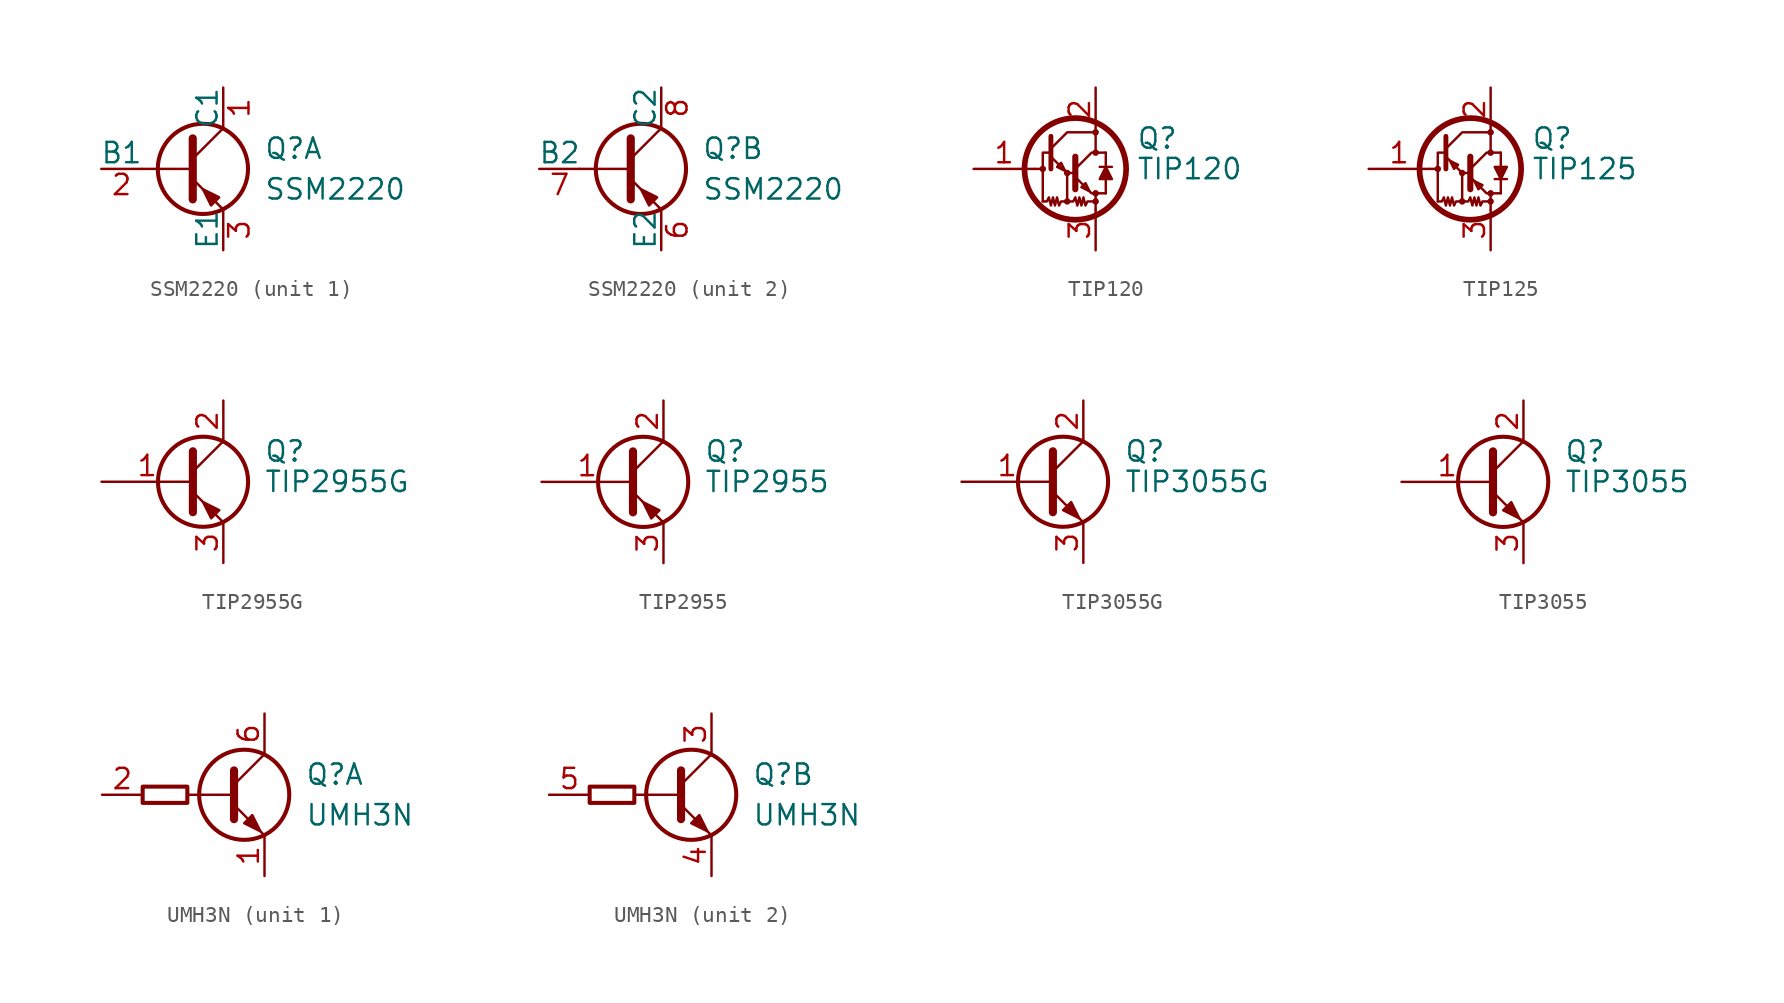
<source format=kicad_sym>
(kicad_symbol_lib
  (version 20220914)
  (generator kicad_symbol_editor)
  (symbol "SSM2220"
    (pin_names
      (offset 0))
    (property "Reference" "Q"
      (at 5.08 1.27 0)
      (effects (font (size 1.27 1.27)) (justify left)))
    (property "Value" "SSM2220"
      (at 5.08 -1.27 0)
      (effects (font (size 1.27 1.27)) (justify left)))
    (symbol "SSM2220_0_1"
      (polyline (pts (xy 0.635 0) (xy -2.54 0)) (stroke (width 0) (type solid)) (fill (type none)))
      (polyline (pts (xy 0.635 0.635) (xy 2.54 2.54)) (stroke (width 0) (type solid)) (fill (type none)))
      (polyline (pts (xy 0.635 -0.635) (xy 2.54 -2.54) (xy 2.54 -2.54)) (stroke (width 0) (type solid)) (fill (type none)))
      (polyline (pts (xy 0.635 1.905) (xy 0.635 -1.905) (xy 0.635 -1.905)) (stroke (width 0.508) (type solid)) (fill (type none)))
      (polyline (pts (xy 2.286 -1.778) (xy 1.778 -2.286) (xy 1.27 -1.27) (xy 2.286 -1.778) (xy 2.286 -1.778)) (stroke (width 0) (type solid)) (fill (type outline)))
      (circle (center 1.27 0) (radius 2.819) (stroke (width 0.254) (type solid)) (fill (type none))))
    (symbol "SSM2220_1_1"
      (pin passive line (at 2.54 5.08 270) (length 2.54) (name "C1" (effects (font (size 1.27 1.27)))) (number "1" (effects (font (size 1.27 1.27)))))
      (pin input line (at -5.08 0 0) (length 2.54) (name "B1" (effects (font (size 1.27 1.27)))) (number "2" (effects (font (size 1.27 1.27)))))
      (pin passive line (at 2.54 -5.08 90) (length 2.54) (name "E1" (effects (font (size 1.27 1.27)))) (number "3" (effects (font (size 1.27 1.27))))))
    (symbol "SSM2220_2_1"
      (pin passive line (at 2.54 -5.08 90) (length 2.54) (name "E2" (effects (font (size 1.27 1.27)))) (number "6" (effects (font (size 1.27 1.27)))))
      (pin input line (at -5.08 0 0) (length 2.54) (name "B2" (effects (font (size 1.27 1.27)))) (number "7" (effects (font (size 1.27 1.27)))))
      (pin passive line (at 2.54 5.08 270) (length 2.54) (name "C2" (effects (font (size 1.27 1.27)))) (number "8" (effects (font (size 1.27 1.27)))))))
  (symbol "TIP120"
    (pin_names
      (offset 0) hide)
    (property "Reference" "Q"
      (at 5.08 1.905 0)
      (effects (font (size 1.27 1.27)) (justify left)))
    (property "Value" "TIP120"
      (at 5.08 0 0)
      (effects (font (size 1.27 1.27)) (justify left)))
    (symbol "TIP120_0_1"
      (circle (center -0.762 0) (radius 0.127) (stroke (width 0) (type solid)) (fill (type none)))
      (polyline (pts (xy -1.27 0) (xy -0.889 0)) (stroke (width 0) (type solid)) (fill (type none)))
      (polyline (pts (xy 2.54 -2.032) (xy 2.54 -2.54)) (stroke (width 0) (type solid)) (fill (type none)))
      (polyline (pts (xy 2.54 -1.524) (xy 3.175 -1.524)) (stroke (width 0) (type solid)) (fill (type none)))
      (polyline (pts (xy 2.794 0.127) (xy 3.556 0.127)) (stroke (width 0) (type solid)) (fill (type none)))
      (polyline (pts (xy 3.175 -0.635) (xy 3.175 -1.524)) (stroke (width 0) (type solid)) (fill (type none)))
      (polyline (pts (xy 3.175 1.016) (xy 2.54 1.016)) (stroke (width 0) (type solid)) (fill (type none)))
      (polyline (pts (xy 3.175 1.016) (xy 3.175 0.127)) (stroke (width 0) (type solid)) (fill (type none)))
      (polyline (pts (xy -0.254 0.762) (xy 0.762 -0.254) (xy 1.27 -0.254)) (stroke (width 0) (type solid)) (fill (type none)))
      (polyline (pts (xy -0.254 1.016) (xy -0.762 1.016) (xy -0.762 -2.032)) (stroke (width 0) (type solid)) (fill (type none)))
      (polyline (pts (xy -0.254 1.27) (xy 0.762 2.286) (xy 2.54 2.286)) (stroke (width 0) (type solid)) (fill (type none)))
      (polyline (pts (xy -0.254 2.032) (xy -0.254 0) (xy -0.254 0)) (stroke (width 0.305) (type solid)) (fill (type none)))
      (polyline (pts (xy 1.27 0.762) (xy 1.27 -1.27) (xy 1.27 -1.27)) (stroke (width 0.381) (type solid)) (fill (type none)))
      (polyline (pts (xy 0.635 -0.127) (xy 0.381 0.381) (xy 0.127 0.127) (xy 0.635 -0.127)) (stroke (width 0) (type solid)) (fill (type none)))
      (polyline (pts (xy 1.27 -0.508) (xy 2.286 -1.524) (xy 2.54 -1.524) (xy 2.54 -2.032)) (stroke (width 0) (type solid)) (fill (type none)))
      (polyline (pts (xy 1.27 0) (xy 2.286 1.016) (xy 2.54 1.016) (xy 2.54 2.286)) (stroke (width 0) (type solid)) (fill (type none)))
      (polyline (pts (xy 2.159 -1.397) (xy 1.905 -0.889) (xy 1.651 -1.143) (xy 2.159 -1.397)) (stroke (width 0) (type solid)) (fill (type none)))
      (polyline (pts (xy 3.175 0.127) (xy 2.794 -0.635) (xy 3.556 -0.635) (xy 3.175 0.127)) (stroke (width 0) (type solid)) (fill (type outline)))
      (polyline (pts (xy 0.762 -2.032) (xy 0.381 -2.032) (xy 0.254 -2.286) (xy 0.127 -1.778) (xy 0 -2.286) (xy -0.127 -1.778) (xy -0.254 -2.286) (xy -0.381 -1.778) (xy -0.508 -2.032) (xy -0.762 -2.032)) (stroke (width 0) (type solid)) (fill (type none)))
      (polyline (pts (xy 0.762 -0.254) (xy 0.762 -2.032) (xy 1.143 -2.032) (xy 1.27 -1.778) (xy 1.397 -2.286) (xy 1.524 -1.778) (xy 1.651 -2.286) (xy 1.778 -1.778) (xy 1.905 -2.286) (xy 2.032 -2.032) (xy 2.54 -2.032)) (stroke (width 0) (type solid)) (fill (type none)))
      (circle (center 0.762 -2.032) (radius 0.127) (stroke (width 0) (type solid)) (fill (type none)))
      (circle (center 0.762 -0.254) (radius 0.127) (stroke (width 0) (type solid)) (fill (type none)))
      (circle (center 1.27 0) (radius 3.175) (stroke (width 0.356) (type solid)) (fill (type none)))
      (circle (center 2.54 -2.032) (radius 0.127) (stroke (width 0) (type solid)) (fill (type none)))
      (circle (center 2.54 -1.524) (radius 0.127) (stroke (width 0) (type solid)) (fill (type none)))
      (circle (center 2.54 1.016) (radius 0.127) (stroke (width 0) (type solid)) (fill (type none)))
      (circle (center 2.54 2.286) (radius 0.127) (stroke (width 0) (type solid)) (fill (type none))))
    (symbol "TIP120_1_1"
      (pin input line (at -5.08 0 0) (length 3.81) (name "B" (effects (font (size 1.27 1.27)))) (number "1" (effects (font (size 1.27 1.27)))))
      (pin passive line (at 2.54 5.08 270) (length 2.667) (name "C" (effects (font (size 1.27 1.27)))) (number "2" (effects (font (size 1.27 1.27)))))
      (pin passive line (at 2.54 -5.08 90) (length 2.54) (name "E" (effects (font (size 1.27 1.27)))) (number "3" (effects (font (size 1.27 1.27)))))))
  (symbol "TIP125"
    (pin_names
      (offset 0) hide)
    (property "Reference" "Q"
      (at 5.08 1.905 0)
      (effects (font (size 1.27 1.27)) (justify left)))
    (property "Value" "TIP125"
      (at 5.08 0 0)
      (effects (font (size 1.27 1.27)) (justify left)))
    (symbol "TIP125_0_1"
      (circle (center -0.762 0) (radius 0.127) (stroke (width 0) (type solid)) (fill (type none)))
      (polyline (pts (xy -1.27 0) (xy -0.889 0)) (stroke (width 0) (type solid)) (fill (type none)))
      (polyline (pts (xy 2.54 -2.032) (xy 2.54 -2.54)) (stroke (width 0) (type solid)) (fill (type none)))
      (polyline (pts (xy 2.54 -1.524) (xy 3.175 -1.524)) (stroke (width 0) (type solid)) (fill (type none)))
      (polyline (pts (xy 2.794 -0.635) (xy 3.556 -0.635)) (stroke (width 0) (type solid)) (fill (type none)))
      (polyline (pts (xy 3.175 -1.524) (xy 3.175 -0.635)) (stroke (width 0) (type solid)) (fill (type none)))
      (polyline (pts (xy 3.175 0.127) (xy 3.175 1.016)) (stroke (width 0) (type solid)) (fill (type none)))
      (polyline (pts (xy 3.175 1.016) (xy 2.54 1.016)) (stroke (width 0) (type solid)) (fill (type none)))
      (polyline (pts (xy -0.254 0.762) (xy 0.762 -0.254) (xy 1.27 -0.254)) (stroke (width 0) (type solid)) (fill (type none)))
      (polyline (pts (xy -0.254 1.016) (xy -0.762 1.016) (xy -0.762 -2.032)) (stroke (width 0) (type solid)) (fill (type none)))
      (polyline (pts (xy -0.254 1.27) (xy 0.762 2.286) (xy 2.54 2.286)) (stroke (width 0) (type solid)) (fill (type none)))
      (polyline (pts (xy -0.254 2.032) (xy -0.254 0) (xy -0.254 0)) (stroke (width 0.305) (type solid)) (fill (type none)))
      (polyline (pts (xy 1.27 0.762) (xy 1.27 -1.27) (xy 1.27 -1.27)) (stroke (width 0.381) (type solid)) (fill (type none)))
      (polyline (pts (xy 0 0.508) (xy 0.254 0) (xy 0.508 0.254) (xy 0 0.508)) (stroke (width 0) (type solid)) (fill (type none)))
      (polyline (pts (xy 1.27 -0.508) (xy 2.286 -1.524) (xy 2.54 -1.524) (xy 2.54 -2.032)) (stroke (width 0) (type solid)) (fill (type none)))
      (polyline (pts (xy 1.27 0) (xy 2.286 1.016) (xy 2.54 1.016) (xy 2.54 2.286)) (stroke (width 0) (type solid)) (fill (type none)))
      (polyline (pts (xy 1.524 -0.762) (xy 1.778 -1.27) (xy 2.032 -1.016) (xy 1.524 -0.762)) (stroke (width 0) (type solid)) (fill (type none)))
      (polyline (pts (xy 3.175 -0.635) (xy 2.794 0.127) (xy 3.556 0.127) (xy 3.175 -0.635)) (stroke (width 0) (type solid)) (fill (type outline)))
      (polyline (pts (xy 0.762 -2.032) (xy 0.381 -2.032) (xy 0.254 -2.286) (xy 0.127 -1.778) (xy 0 -2.286) (xy -0.127 -1.778) (xy -0.254 -2.286) (xy -0.381 -1.778) (xy -0.508 -2.032) (xy -0.762 -2.032)) (stroke (width 0) (type solid)) (fill (type none)))
      (polyline (pts (xy 0.762 -0.254) (xy 0.762 -2.032) (xy 1.143 -2.032) (xy 1.27 -1.778) (xy 1.397 -2.286) (xy 1.524 -1.778) (xy 1.651 -2.286) (xy 1.778 -1.778) (xy 1.905 -2.286) (xy 2.032 -2.032) (xy 2.54 -2.032)) (stroke (width 0) (type solid)) (fill (type none)))
      (circle (center 0.762 -2.032) (radius 0.127) (stroke (width 0) (type solid)) (fill (type none)))
      (circle (center 0.762 -0.254) (radius 0.127) (stroke (width 0) (type solid)) (fill (type none)))
      (circle (center 1.27 0) (radius 3.175) (stroke (width 0.356) (type solid)) (fill (type none)))
      (circle (center 2.54 -2.032) (radius 0.127) (stroke (width 0) (type solid)) (fill (type none)))
      (circle (center 2.54 -1.524) (radius 0.127) (stroke (width 0) (type solid)) (fill (type none)))
      (circle (center 2.54 1.016) (radius 0.127) (stroke (width 0) (type solid)) (fill (type none)))
      (circle (center 2.54 2.286) (radius 0.127) (stroke (width 0) (type solid)) (fill (type none))))
    (symbol "TIP125_1_1"
      (pin input line (at -5.08 0 0) (length 3.81) (name "B" (effects (font (size 1.27 1.27)))) (number "1" (effects (font (size 1.27 1.27)))))
      (pin passive line (at 2.54 5.08 270) (length 2.667) (name "C" (effects (font (size 1.27 1.27)))) (number "2" (effects (font (size 1.27 1.27)))))
      (pin passive line (at 2.54 -5.08 90) (length 2.54) (name "E" (effects (font (size 1.27 1.27)))) (number "3" (effects (font (size 1.27 1.27)))))))
  (symbol "TIP2955G"
    (pin_names
      (offset 0) hide)
    (property "Reference" "Q"
      (at 5.08 1.905 0)
      (effects (font (size 1.27 1.27)) (justify left)))
    (property "Value" "TIP2955G"
      (at 5.08 0 0)
      (effects (font (size 1.27 1.27)) (justify left)))
    (symbol "TIP2955G_0_1"
      (polyline (pts (xy 0.635 0.635) (xy 2.54 2.54)) (stroke (width 0) (type solid)) (fill (type none)))
      (polyline (pts (xy 0.635 -0.635) (xy 2.54 -2.54) (xy 2.54 -2.54)) (stroke (width 0) (type solid)) (fill (type none)))
      (polyline (pts (xy 0.635 1.905) (xy 0.635 -1.905) (xy 0.635 -1.905)) (stroke (width 0.508) (type solid)) (fill (type none)))
      (polyline (pts (xy 2.286 -1.778) (xy 1.778 -2.286) (xy 1.27 -1.27) (xy 2.286 -1.778) (xy 2.286 -1.778)) (stroke (width 0) (type solid)) (fill (type outline)))
      (circle (center 1.27 0) (radius 2.819) (stroke (width 0.254) (type solid)) (fill (type none))))
    (symbol "TIP2955G_1_1"
      (pin input line (at -5.08 0 0) (length 5.715) (name "B" (effects (font (size 1.27 1.27)))) (number "1" (effects (font (size 1.27 1.27)))))
      (pin passive line (at 2.54 5.08 270) (length 2.54) (name "C" (effects (font (size 1.27 1.27)))) (number "2" (effects (font (size 1.27 1.27)))))
      (pin passive line (at 2.54 -5.08 90) (length 2.54) (name "E" (effects (font (size 1.27 1.27)))) (number "3" (effects (font (size 1.27 1.27)))))))
  (symbol "TIP2955"
    (pin_names
      (offset 0) hide)
    (property "Reference" "Q"
      (at 5.08 1.905 0)
      (effects (font (size 1.27 1.27)) (justify left)))
    (property "Value" "TIP2955"
      (at 5.08 0 0)
      (effects (font (size 1.27 1.27)) (justify left)))
    (symbol "TIP2955_0_1"
      (polyline (pts (xy 0.635 0.635) (xy 2.54 2.54)) (stroke (width 0) (type solid)) (fill (type none)))
      (polyline (pts (xy 0.635 -0.635) (xy 2.54 -2.54) (xy 2.54 -2.54)) (stroke (width 0) (type solid)) (fill (type none)))
      (polyline (pts (xy 0.635 1.905) (xy 0.635 -1.905) (xy 0.635 -1.905)) (stroke (width 0.508) (type solid)) (fill (type none)))
      (polyline (pts (xy 2.286 -1.778) (xy 1.778 -2.286) (xy 1.27 -1.27) (xy 2.286 -1.778) (xy 2.286 -1.778)) (stroke (width 0) (type solid)) (fill (type outline)))
      (circle (center 1.27 0) (radius 2.819) (stroke (width 0.254) (type solid)) (fill (type none))))
    (symbol "TIP2955_1_1"
      (pin input line (at -5.08 0 0) (length 5.715) (name "B" (effects (font (size 1.27 1.27)))) (number "1" (effects (font (size 1.27 1.27)))))
      (pin passive line (at 2.54 5.08 270) (length 2.54) (name "C" (effects (font (size 1.27 1.27)))) (number "2" (effects (font (size 1.27 1.27)))))
      (pin passive line (at 2.54 -5.08 90) (length 2.54) (name "E" (effects (font (size 1.27 1.27)))) (number "3" (effects (font (size 1.27 1.27)))))))
  (symbol "TIP3055G"
    (pin_names
      (offset 0) hide)
    (property "Reference" "Q"
      (at 5.08 1.905 0)
      (effects (font (size 1.27 1.27)) (justify left)))
    (property "Value" "TIP3055G"
      (at 5.08 0 0)
      (effects (font (size 1.27 1.27)) (justify left)))
    (symbol "TIP3055G_0_1"
      (polyline (pts (xy 0.635 0.635) (xy 2.54 2.54)) (stroke (width 0) (type solid)) (fill (type none)))
      (polyline (pts (xy 0.635 -0.635) (xy 2.54 -2.54) (xy 2.54 -2.54)) (stroke (width 0) (type solid)) (fill (type none)))
      (polyline (pts (xy 0.635 1.905) (xy 0.635 -1.905) (xy 0.635 -1.905)) (stroke (width 0.508) (type solid)) (fill (type none)))
      (polyline (pts (xy 1.27 -1.778) (xy 1.778 -1.27) (xy 2.286 -2.286) (xy 1.27 -1.778) (xy 1.27 -1.778)) (stroke (width 0) (type solid)) (fill (type outline)))
      (circle (center 1.27 0) (radius 2.819) (stroke (width 0.254) (type solid)) (fill (type none))))
    (symbol "TIP3055G_1_1"
      (pin input line (at -5.08 0 0) (length 5.715) (name "B" (effects (font (size 1.27 1.27)))) (number "1" (effects (font (size 1.27 1.27)))))
      (pin passive line (at 2.54 5.08 270) (length 2.54) (name "C" (effects (font (size 1.27 1.27)))) (number "2" (effects (font (size 1.27 1.27)))))
      (pin passive line (at 2.54 -5.08 90) (length 2.54) (name "E" (effects (font (size 1.27 1.27)))) (number "3" (effects (font (size 1.27 1.27)))))))
  (symbol "TIP3055"
    (pin_names
      (offset 0) hide)
    (property "Reference" "Q"
      (at 5.08 1.905 0)
      (effects (font (size 1.27 1.27)) (justify left)))
    (property "Value" "TIP3055"
      (at 5.08 0 0)
      (effects (font (size 1.27 1.27)) (justify left)))
    (symbol "TIP3055_0_1"
      (polyline (pts (xy 0.635 0.635) (xy 2.54 2.54)) (stroke (width 0) (type solid)) (fill (type none)))
      (polyline (pts (xy 0.635 -0.635) (xy 2.54 -2.54) (xy 2.54 -2.54)) (stroke (width 0) (type solid)) (fill (type none)))
      (polyline (pts (xy 0.635 1.905) (xy 0.635 -1.905) (xy 0.635 -1.905)) (stroke (width 0.508) (type solid)) (fill (type none)))
      (polyline (pts (xy 1.27 -1.778) (xy 1.778 -1.27) (xy 2.286 -2.286) (xy 1.27 -1.778) (xy 1.27 -1.778)) (stroke (width 0) (type solid)) (fill (type outline)))
      (circle (center 1.27 0) (radius 2.819) (stroke (width 0.254) (type solid)) (fill (type none))))
    (symbol "TIP3055_1_1"
      (pin input line (at -5.08 0 0) (length 5.715) (name "B" (effects (font (size 1.27 1.27)))) (number "1" (effects (font (size 1.27 1.27)))))
      (pin passive line (at 2.54 5.08 270) (length 2.54) (name "C" (effects (font (size 1.27 1.27)))) (number "2" (effects (font (size 1.27 1.27)))))
      (pin passive line (at 2.54 -5.08 90) (length 2.54) (name "E" (effects (font (size 1.27 1.27)))) (number "3" (effects (font (size 1.27 1.27)))))))
  (symbol "UMH3N"
    (pin_names hide)
    (property "Reference" "Q"
      (at 7.62 1.27 0)
      (effects (font (size 1.27 1.27)) (justify left)))
    (property "Value" "UMH3N"
      (at 7.62 -1.27 0)
      (effects (font (size 1.27 1.27)) (justify left)))
    (symbol "UMH3N_0_1"
      (polyline (pts (xy 3.175 0) (xy 0.254 0)) (stroke (width 0) (type solid)) (fill (type none)))
      (polyline (pts (xy 3.175 0.635) (xy 5.08 2.54)) (stroke (width 0) (type solid)) (fill (type none)))
      (polyline (pts (xy 3.175 1.524) (xy 3.175 -1.524)) (stroke (width 0.508) (type solid)) (fill (type none)))
      (polyline (pts (xy 3.175 -0.635) (xy 5.08 -2.54) (xy 5.08 -2.54)) (stroke (width 0) (type solid)) (fill (type none)))
      (polyline (pts (xy 3.81 -1.778) (xy 4.318 -1.27) (xy 4.826 -2.286) (xy 3.81 -1.778) (xy 3.81 -1.778)) (stroke (width 0) (type solid)) (fill (type outline)))
      (rectangle (start 0.254 0.508) (end -2.54 -0.508) (stroke (width 0.254) (type solid)) (fill (type none)))
      (circle (center 3.81 0) (radius 2.819) (stroke (width 0.254) (type solid)) (fill (type none))))
    (symbol "UMH3N_1_1"
      (pin passive line (at 5.08 -5.08 90) (length 2.54) (name "E1" (effects (font (size 1.27 1.27)))) (number "1" (effects (font (size 1.27 1.27)))))
      (pin input line (at -5.08 0 0) (length 2.54) (name "B1" (effects (font (size 1.27 1.27)))) (number "2" (effects (font (size 1.27 1.27)))))
      (pin passive line (at 5.08 5.08 270) (length 2.54) (name "C1" (effects (font (size 1.27 1.27)))) (number "6" (effects (font (size 1.27 1.27))))))
    (symbol "UMH3N_2_1"
      (pin passive line (at 5.08 5.08 270) (length 2.54) (name "C2" (effects (font (size 1.27 1.27)))) (number "3" (effects (font (size 1.27 1.27)))))
      (pin passive line (at 5.08 -5.08 90) (length 2.54) (name "E2" (effects (font (size 1.27 1.27)))) (number "4" (effects (font (size 1.27 1.27)))))
      (pin input line (at -5.08 0 0) (length 2.54) (name "B2" (effects (font (size 1.27 1.27)))) (number "5" (effects (font (size 1.27 1.27))))))))
</source>
